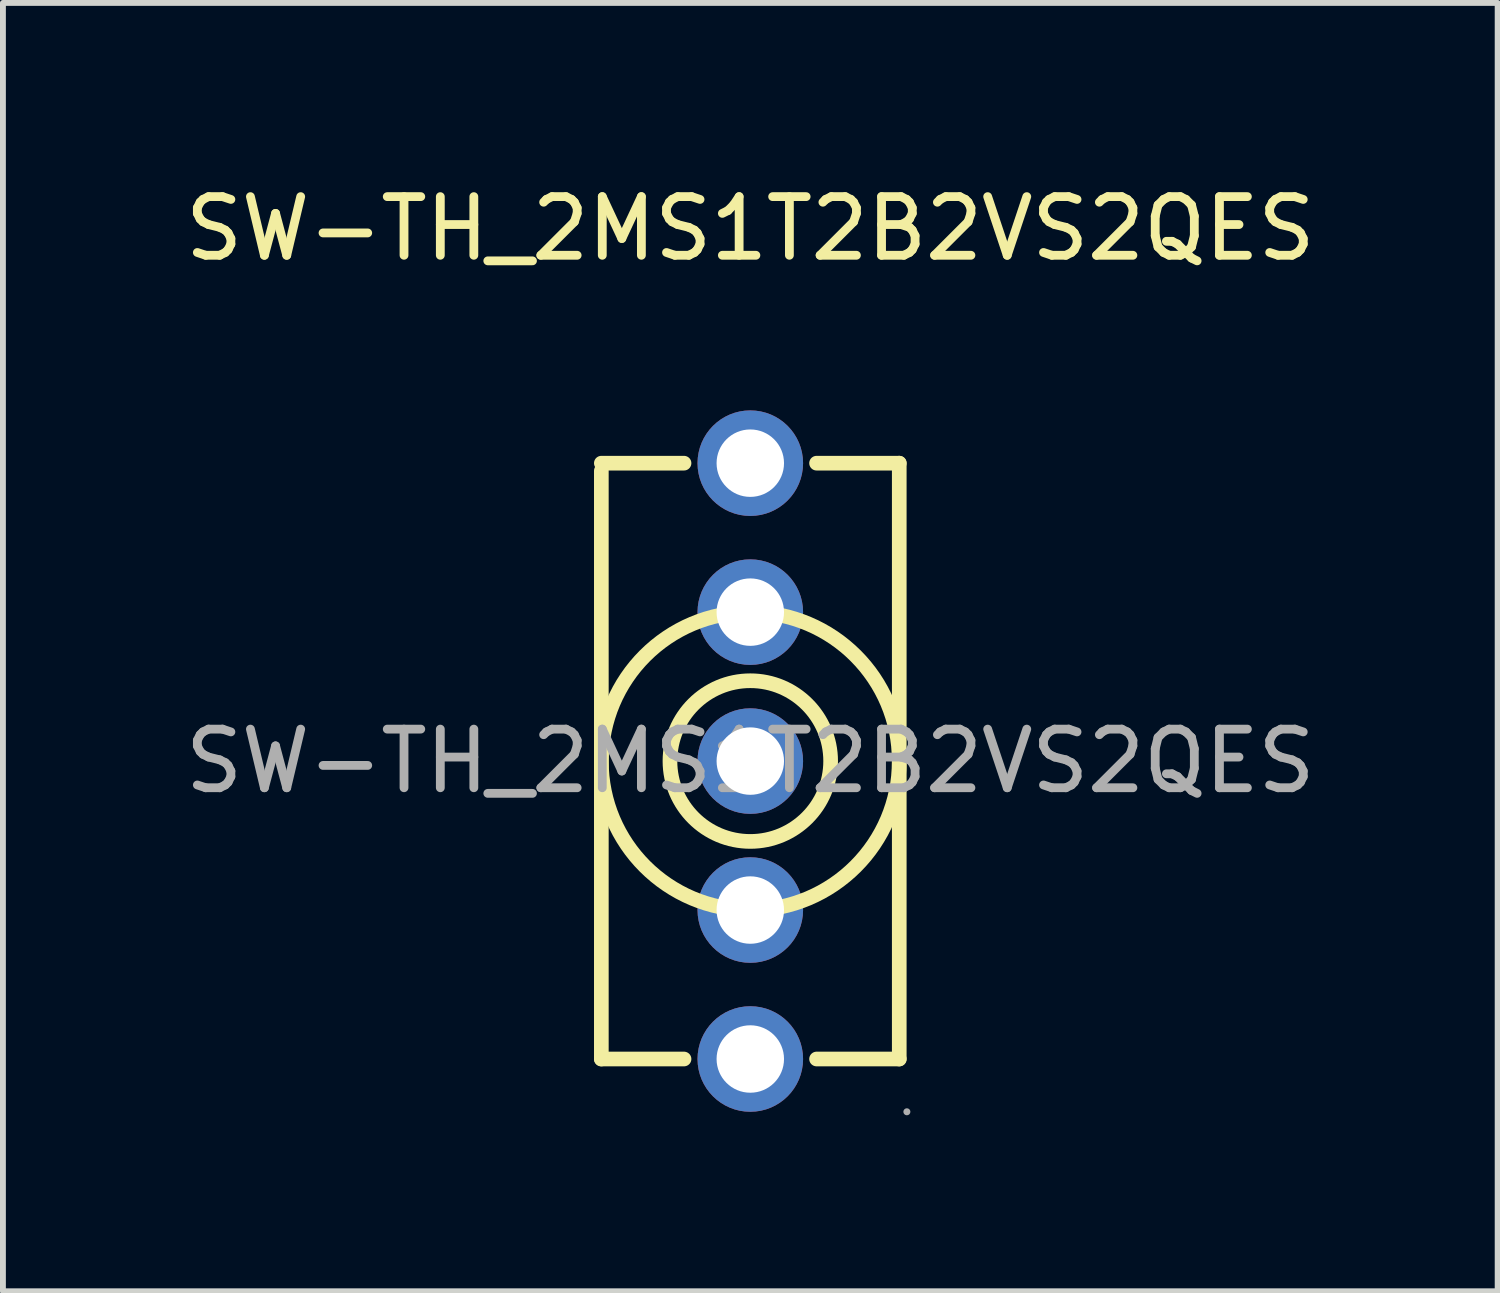
<source format=kicad_pcb>
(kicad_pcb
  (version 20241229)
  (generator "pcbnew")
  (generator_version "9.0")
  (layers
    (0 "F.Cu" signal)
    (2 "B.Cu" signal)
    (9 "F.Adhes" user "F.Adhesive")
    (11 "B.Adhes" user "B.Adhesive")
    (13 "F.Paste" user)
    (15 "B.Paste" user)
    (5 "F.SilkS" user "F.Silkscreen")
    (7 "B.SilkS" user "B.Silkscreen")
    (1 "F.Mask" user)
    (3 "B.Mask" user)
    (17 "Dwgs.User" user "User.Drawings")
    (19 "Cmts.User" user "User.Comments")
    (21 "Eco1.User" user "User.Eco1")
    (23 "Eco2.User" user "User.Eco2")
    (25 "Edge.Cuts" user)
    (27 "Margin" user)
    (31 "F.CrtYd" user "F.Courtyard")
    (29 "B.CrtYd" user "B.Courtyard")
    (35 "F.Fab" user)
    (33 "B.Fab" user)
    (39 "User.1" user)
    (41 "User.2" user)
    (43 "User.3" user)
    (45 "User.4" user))
  (footprint "SW-TH_2MS1T2B2VS2QES"
    (layer "F.Cu")
    (at 9.744 9.928)
    (property "Reference" "SW-TH_2MS1T2B2VS2QES" (at 0 -9.08 0) (layer "F.SilkS") (effects (font (size 1 1) (thickness 0.15))))
    (attr through_hole)
    (fp_line (start -2.54 -4.95) (end -2.54 5.08) (stroke (width 0.25) (type solid)) (layer "F.SilkS"))
    (fp_line (start -2.54 5.08) (end -1.13 5.08) (stroke (width 0.25) (type solid)) (layer "F.SilkS"))
    (fp_line (start -1.13 -5.08) (end -2.54 -5.08) (stroke (width 0.25) (type solid)) (layer "F.SilkS"))
    (fp_line (start 1.13 5.08) (end 2.54 5.08) (stroke (width 0.25) (type solid)) (layer "F.SilkS"))
    (fp_line (start 2.54 -5.08) (end 1.13 -5.08) (stroke (width 0.25) (type solid)) (layer "F.SilkS"))
    (fp_line (start 2.54 5.08) (end 2.54 -5.08) (stroke (width 0.25) (type solid)) (layer "F.SilkS"))
    (fp_circle (center 0 0) (end 1.37 0) (stroke (width 0.25) (type solid)) (fill no) (layer "F.SilkS"))
    (fp_circle (center 0 0) (end 2.54 0) (stroke (width 0.25) (type solid)) (fill no) (layer "F.SilkS"))
    (fp_circle (center 0 -5.08) (end 0.24 -5.08) (stroke (width 0.48) (type solid)) (fill no) (layer "F.Fab"))
    (fp_circle (center 0 -2.54) (end 0.24 -2.54) (stroke (width 0.48) (type solid)) (fill no) (layer "F.Fab"))
    (fp_circle (center 0 0) (end 0.24 0) (stroke (width 0.48) (type solid)) (fill no) (layer "F.Fab"))
    (fp_circle (center 0 2.54) (end 0.24 2.54) (stroke (width 0.48) (type solid)) (fill no) (layer "F.Fab"))
    (fp_circle (center 0 5.08) (end 0.24 5.08) (stroke (width 0.48) (type solid)) (fill no) (layer "F.Fab"))
    (fp_circle (center 2.67 5.98) (end 2.7 5.98) (stroke (width 0.06) (type solid)) (fill no) (layer "F.Fab"))
    (fp_text user "${REFERENCE}" (at 0 0 0) (layer "F.Fab") (effects (font (size 1 1) (thickness 0.15))))
    (pad "1" thru_hole circle (at 0 2.54 90) (size 1.8 1.8) (drill 1.15) (layers "*.Cu" "*.Mask"))
    (pad "2" thru_hole circle (at 0 0 90) (size 1.8 1.8) (drill 1.15) (layers "*.Cu" "*.Mask"))
    (pad "3" thru_hole circle (at 0 -2.54 90) (size 1.8 1.8) (drill 1.15) (layers "*.Cu" "*.Mask"))
    (pad "4" thru_hole circle (at 0 -5.08 90) (size 1.8 1.8) (drill 1.15) (layers "*.Cu" "*.Mask"))
    (pad "5" thru_hole circle (at 0 5.08 90) (size 1.8 1.8) (drill 1.15) (layers "*.Cu" "*.Mask")))
  (gr_rect
    (start -3 -3)
    (end 22.488 18.968)
    (stroke (width 0.1) (type default))
    (fill no)
    (layer "Edge.Cuts")))
</source>
